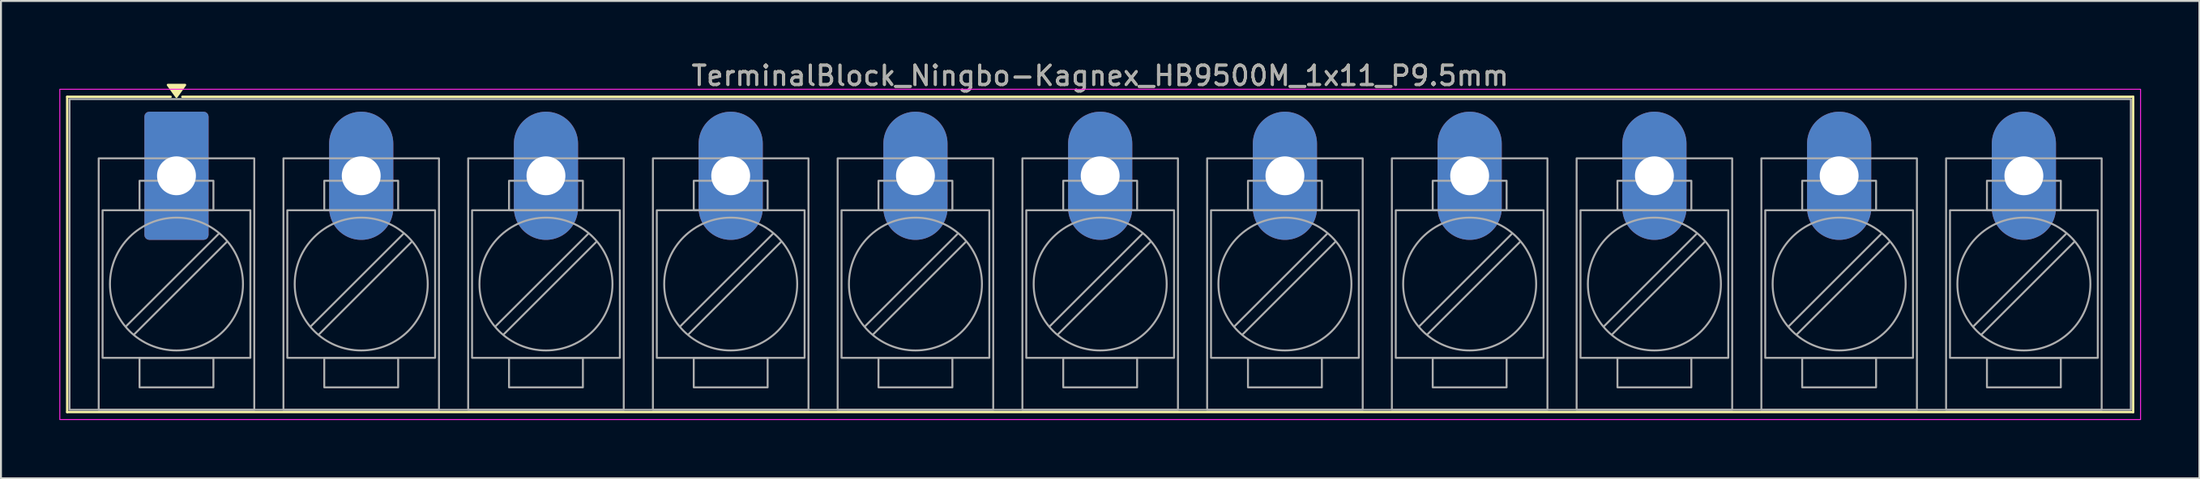
<source format=kicad_pcb>
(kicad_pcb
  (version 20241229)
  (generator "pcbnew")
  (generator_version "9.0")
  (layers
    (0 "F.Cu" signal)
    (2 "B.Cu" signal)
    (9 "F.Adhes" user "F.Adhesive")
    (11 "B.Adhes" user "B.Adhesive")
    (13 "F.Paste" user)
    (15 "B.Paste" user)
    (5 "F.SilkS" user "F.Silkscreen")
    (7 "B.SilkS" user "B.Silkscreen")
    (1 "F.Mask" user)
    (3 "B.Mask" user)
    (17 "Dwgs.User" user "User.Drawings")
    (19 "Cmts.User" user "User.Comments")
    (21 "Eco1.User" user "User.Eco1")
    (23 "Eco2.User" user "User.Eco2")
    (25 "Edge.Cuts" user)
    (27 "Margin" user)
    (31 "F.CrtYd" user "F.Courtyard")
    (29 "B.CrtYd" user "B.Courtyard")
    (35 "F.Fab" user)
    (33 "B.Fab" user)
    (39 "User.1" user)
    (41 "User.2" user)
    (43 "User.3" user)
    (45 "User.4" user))
  (footprint "TerminalBlock_Ningbo-Kagnex_HB9500M_1x11_P9.5mm"
    (layer "F.Cu")
    (at 6.025 6.003)
    (property "Reference" "TerminalBlock_Ningbo-Kagnex_HB9500M_1x11_P9.5mm" (at 47.5 -5.155 0) (layer "F.SilkS") (effects (font (size 1 1) (thickness 0.15))))
    (attr through_hole)
    (fp_line (start -5.62 -4.07) (end -0.3 -4.07) (stroke (width 0.12) (type solid)) (layer "F.SilkS"))
    (fp_line (start -5.62 12.17) (end -5.62 -4.07) (stroke (width 0.12) (type solid)) (layer "F.SilkS"))
    (fp_line (start 0.3 -4.07) (end 100.62 -4.07) (stroke (width 0.12) (type solid)) (layer "F.SilkS"))
    (fp_line (start 100.62 -4.07) (end 100.62 12.17) (stroke (width 0.12) (type solid)) (layer "F.SilkS"))
    (fp_line (start 100.62 12.17) (end -5.62 12.17) (stroke (width 0.12) (type solid)) (layer "F.SilkS"))
    (fp_poly (pts (xy 0 -4.07) (xy -0.44 -4.68) (xy 0.44 -4.68)) (stroke (width 0.12) (type solid)) (fill yes) (layer "F.SilkS"))
    (fp_rect (start -6 -4.455) (end 101 12.555) (stroke (width 0.05) (type solid)) (fill no) (layer "F.CrtYd"))
    (fp_line (start 2.176 2.981) (end -2.594 7.751) (stroke (width 0.1) (type solid)) (layer "F.Fab"))
    (fp_line (start 2.594 3.399) (end -2.176 8.169) (stroke (width 0.1) (type solid)) (layer "F.Fab"))
    (fp_line (start 11.676 2.981) (end 6.906 7.751) (stroke (width 0.1) (type solid)) (layer "F.Fab"))
    (fp_line (start 12.094 3.399) (end 7.324 8.169) (stroke (width 0.1) (type solid)) (layer "F.Fab"))
    (fp_line (start 21.176 2.981) (end 16.406 7.751) (stroke (width 0.1) (type solid)) (layer "F.Fab"))
    (fp_line (start 21.594 3.399) (end 16.824 8.169) (stroke (width 0.1) (type solid)) (layer "F.Fab"))
    (fp_line (start 30.676 2.981) (end 25.906 7.751) (stroke (width 0.1) (type solid)) (layer "F.Fab"))
    (fp_line (start 31.094 3.399) (end 26.324 8.169) (stroke (width 0.1) (type solid)) (layer "F.Fab"))
    (fp_line (start 40.176 2.981) (end 35.406 7.751) (stroke (width 0.1) (type solid)) (layer "F.Fab"))
    (fp_line (start 40.594 3.399) (end 35.824 8.169) (stroke (width 0.1) (type solid)) (layer "F.Fab"))
    (fp_line (start 49.676 2.981) (end 44.906 7.751) (stroke (width 0.1) (type solid)) (layer "F.Fab"))
    (fp_line (start 50.094 3.399) (end 45.324 8.169) (stroke (width 0.1) (type solid)) (layer "F.Fab"))
    (fp_line (start 59.176 2.981) (end 54.406 7.751) (stroke (width 0.1) (type solid)) (layer "F.Fab"))
    (fp_line (start 59.594 3.399) (end 54.824 8.169) (stroke (width 0.1) (type solid)) (layer "F.Fab"))
    (fp_line (start 68.676 2.981) (end 63.906 7.751) (stroke (width 0.1) (type solid)) (layer "F.Fab"))
    (fp_line (start 69.094 3.399) (end 64.324 8.169) (stroke (width 0.1) (type solid)) (layer "F.Fab"))
    (fp_line (start 78.176 2.981) (end 73.406 7.751) (stroke (width 0.1) (type solid)) (layer "F.Fab"))
    (fp_line (start 78.594 3.399) (end 73.824 8.169) (stroke (width 0.1) (type solid)) (layer "F.Fab"))
    (fp_line (start 87.676 2.981) (end 82.906 7.751) (stroke (width 0.1) (type solid)) (layer "F.Fab"))
    (fp_line (start 88.094 3.399) (end 83.324 8.169) (stroke (width 0.1) (type solid)) (layer "F.Fab"))
    (fp_line (start 97.176 2.981) (end 92.406 7.751) (stroke (width 0.1) (type solid)) (layer "F.Fab"))
    (fp_line (start 97.594 3.399) (end 92.824 8.169) (stroke (width 0.1) (type solid)) (layer "F.Fab"))
    (fp_rect (start -5.5 -3.95) (end 100.5 12.05) (stroke (width 0.1) (type solid)) (fill no) (layer "F.Fab"))
    (fp_rect (start -4 -0.9) (end 4 12.05) (stroke (width 0.1) (type solid)) (fill no) (layer "F.Fab"))
    (fp_rect (start -3.8 1.775) (end 3.8 9.375) (stroke (width 0.1) (type solid)) (fill no) (layer "F.Fab"))
    (fp_rect (start -1.9 0.255) (end 1.9 1.775) (stroke (width 0.1) (type solid)) (fill no) (layer "F.Fab"))
    (fp_rect (start -1.9 9.375) (end 1.9 10.895) (stroke (width 0.1) (type solid)) (fill no) (layer "F.Fab"))
    (fp_rect (start 5.5 -0.9) (end 13.5 12.05) (stroke (width 0.1) (type solid)) (fill no) (layer "F.Fab"))
    (fp_rect (start 5.7 1.775) (end 13.3 9.375) (stroke (width 0.1) (type solid)) (fill no) (layer "F.Fab"))
    (fp_rect (start 7.6 0.255) (end 11.4 1.775) (stroke (width 0.1) (type solid)) (fill no) (layer "F.Fab"))
    (fp_rect (start 7.6 9.375) (end 11.4 10.895) (stroke (width 0.1) (type solid)) (fill no) (layer "F.Fab"))
    (fp_rect (start 15 -0.9) (end 23 12.05) (stroke (width 0.1) (type solid)) (fill no) (layer "F.Fab"))
    (fp_rect (start 15.2 1.775) (end 22.8 9.375) (stroke (width 0.1) (type solid)) (fill no) (layer "F.Fab"))
    (fp_rect (start 17.1 0.255) (end 20.9 1.775) (stroke (width 0.1) (type solid)) (fill no) (layer "F.Fab"))
    (fp_rect (start 17.1 9.375) (end 20.9 10.895) (stroke (width 0.1) (type solid)) (fill no) (layer "F.Fab"))
    (fp_rect (start 24.5 -0.9) (end 32.5 12.05) (stroke (width 0.1) (type solid)) (fill no) (layer "F.Fab"))
    (fp_rect (start 24.7 1.775) (end 32.3 9.375) (stroke (width 0.1) (type solid)) (fill no) (layer "F.Fab"))
    (fp_rect (start 26.6 0.255) (end 30.4 1.775) (stroke (width 0.1) (type solid)) (fill no) (layer "F.Fab"))
    (fp_rect (start 26.6 9.375) (end 30.4 10.895) (stroke (width 0.1) (type solid)) (fill no) (layer "F.Fab"))
    (fp_rect (start 34 -0.9) (end 42 12.05) (stroke (width 0.1) (type solid)) (fill no) (layer "F.Fab"))
    (fp_rect (start 34.2 1.775) (end 41.8 9.375) (stroke (width 0.1) (type solid)) (fill no) (layer "F.Fab"))
    (fp_rect (start 36.1 0.255) (end 39.9 1.775) (stroke (width 0.1) (type solid)) (fill no) (layer "F.Fab"))
    (fp_rect (start 36.1 9.375) (end 39.9 10.895) (stroke (width 0.1) (type solid)) (fill no) (layer "F.Fab"))
    (fp_rect (start 43.5 -0.9) (end 51.5 12.05) (stroke (width 0.1) (type solid)) (fill no) (layer "F.Fab"))
    (fp_rect (start 43.7 1.775) (end 51.3 9.375) (stroke (width 0.1) (type solid)) (fill no) (layer "F.Fab"))
    (fp_rect (start 45.6 0.255) (end 49.4 1.775) (stroke (width 0.1) (type solid)) (fill no) (layer "F.Fab"))
    (fp_rect (start 45.6 9.375) (end 49.4 10.895) (stroke (width 0.1) (type solid)) (fill no) (layer "F.Fab"))
    (fp_rect (start 53 -0.9) (end 61 12.05) (stroke (width 0.1) (type solid)) (fill no) (layer "F.Fab"))
    (fp_rect (start 53.2 1.775) (end 60.8 9.375) (stroke (width 0.1) (type solid)) (fill no) (layer "F.Fab"))
    (fp_rect (start 55.1 0.255) (end 58.9 1.775) (stroke (width 0.1) (type solid)) (fill no) (layer "F.Fab"))
    (fp_rect (start 55.1 9.375) (end 58.9 10.895) (stroke (width 0.1) (type solid)) (fill no) (layer "F.Fab"))
    (fp_rect (start 62.5 -0.9) (end 70.5 12.05) (stroke (width 0.1) (type solid)) (fill no) (layer "F.Fab"))
    (fp_rect (start 62.7 1.775) (end 70.3 9.375) (stroke (width 0.1) (type solid)) (fill no) (layer "F.Fab"))
    (fp_rect (start 64.6 0.255) (end 68.4 1.775) (stroke (width 0.1) (type solid)) (fill no) (layer "F.Fab"))
    (fp_rect (start 64.6 9.375) (end 68.4 10.895) (stroke (width 0.1) (type solid)) (fill no) (layer "F.Fab"))
    (fp_rect (start 72 -0.9) (end 80 12.05) (stroke (width 0.1) (type solid)) (fill no) (layer "F.Fab"))
    (fp_rect (start 72.2 1.775) (end 79.8 9.375) (stroke (width 0.1) (type solid)) (fill no) (layer "F.Fab"))
    (fp_rect (start 74.1 0.255) (end 77.9 1.775) (stroke (width 0.1) (type solid)) (fill no) (layer "F.Fab"))
    (fp_rect (start 74.1 9.375) (end 77.9 10.895) (stroke (width 0.1) (type solid)) (fill no) (layer "F.Fab"))
    (fp_rect (start 81.5 -0.9) (end 89.5 12.05) (stroke (width 0.1) (type solid)) (fill no) (layer "F.Fab"))
    (fp_rect (start 81.7 1.775) (end 89.3 9.375) (stroke (width 0.1) (type solid)) (fill no) (layer "F.Fab"))
    (fp_rect (start 83.6 0.255) (end 87.4 1.775) (stroke (width 0.1) (type solid)) (fill no) (layer "F.Fab"))
    (fp_rect (start 83.6 9.375) (end 87.4 10.895) (stroke (width 0.1) (type solid)) (fill no) (layer "F.Fab"))
    (fp_rect (start 91 -0.9) (end 99 12.05) (stroke (width 0.1) (type solid)) (fill no) (layer "F.Fab"))
    (fp_rect (start 91.2 1.775) (end 98.8 9.375) (stroke (width 0.1) (type solid)) (fill no) (layer "F.Fab"))
    (fp_rect (start 93.1 0.255) (end 96.9 1.775) (stroke (width 0.1) (type solid)) (fill no) (layer "F.Fab"))
    (fp_rect (start 93.1 9.375) (end 96.9 10.895) (stroke (width 0.1) (type solid)) (fill no) (layer "F.Fab"))
    (fp_circle (center 0 5.575) (end 3.42 5.575) (stroke (width 0.1) (type solid)) (fill no) (layer "F.Fab"))
    (fp_circle (center 9.5 5.575) (end 12.92 5.575) (stroke (width 0.1) (type solid)) (fill no) (layer "F.Fab"))
    (fp_circle (center 19 5.575) (end 22.42 5.575) (stroke (width 0.1) (type solid)) (fill no) (layer "F.Fab"))
    (fp_circle (center 28.5 5.575) (end 31.92 5.575) (stroke (width 0.1) (type solid)) (fill no) (layer "F.Fab"))
    (fp_circle (center 38 5.575) (end 41.42 5.575) (stroke (width 0.1) (type solid)) (fill no) (layer "F.Fab"))
    (fp_circle (center 47.5 5.575) (end 50.92 5.575) (stroke (width 0.1) (type solid)) (fill no) (layer "F.Fab"))
    (fp_circle (center 57 5.575) (end 60.42 5.575) (stroke (width 0.1) (type solid)) (fill no) (layer "F.Fab"))
    (fp_circle (center 66.5 5.575) (end 69.92 5.575) (stroke (width 0.1) (type solid)) (fill no) (layer "F.Fab"))
    (fp_circle (center 76 5.575) (end 79.42 5.575) (stroke (width 0.1) (type solid)) (fill no) (layer "F.Fab"))
    (fp_circle (center 85.5 5.575) (end 88.92 5.575) (stroke (width 0.1) (type solid)) (fill no) (layer "F.Fab"))
    (fp_circle (center 95 5.575) (end 98.42 5.575) (stroke (width 0.1) (type solid)) (fill no) (layer "F.Fab"))
    (fp_text user "${REFERENCE}" (at 47.5 -5.155 0) (layer "F.Fab") (effects (font (size 1 1) (thickness 0.15))))
    (pad "1" thru_hole roundrect (at 0 0) (size 3.3 6.6) (drill 2) (layers "*.Cu" "*.Mask") (roundrect_rratio 0.076))
    (pad "2" thru_hole oval (at 9.5 0) (size 3.3 6.6) (drill 2) (layers "*.Cu" "*.Mask"))
    (pad "3" thru_hole oval (at 19 0) (size 3.3 6.6) (drill 2) (layers "*.Cu" "*.Mask"))
    (pad "4" thru_hole oval (at 28.5 0) (size 3.3 6.6) (drill 2) (layers "*.Cu" "*.Mask"))
    (pad "5" thru_hole oval (at 38 0) (size 3.3 6.6) (drill 2) (layers "*.Cu" "*.Mask"))
    (pad "6" thru_hole oval (at 47.5 0) (size 3.3 6.6) (drill 2) (layers "*.Cu" "*.Mask"))
    (pad "7" thru_hole oval (at 57 0) (size 3.3 6.6) (drill 2) (layers "*.Cu" "*.Mask"))
    (pad "8" thru_hole oval (at 66.5 0) (size 3.3 6.6) (drill 2) (layers "*.Cu" "*.Mask"))
    (pad "9" thru_hole oval (at 76 0) (size 3.3 6.6) (drill 2) (layers "*.Cu" "*.Mask"))
    (pad "10" thru_hole oval (at 85.5 0) (size 3.3 6.6) (drill 2) (layers "*.Cu" "*.Mask"))
    (pad "11" thru_hole oval (at 95 0) (size 3.3 6.6) (drill 2) (layers "*.Cu" "*.Mask")))
  (gr_rect
    (start -3 -3)
    (end 110.05 21.583)
    (stroke (width 0.1) (type default))
    (fill no)
    (layer "Edge.Cuts")))
</source>
